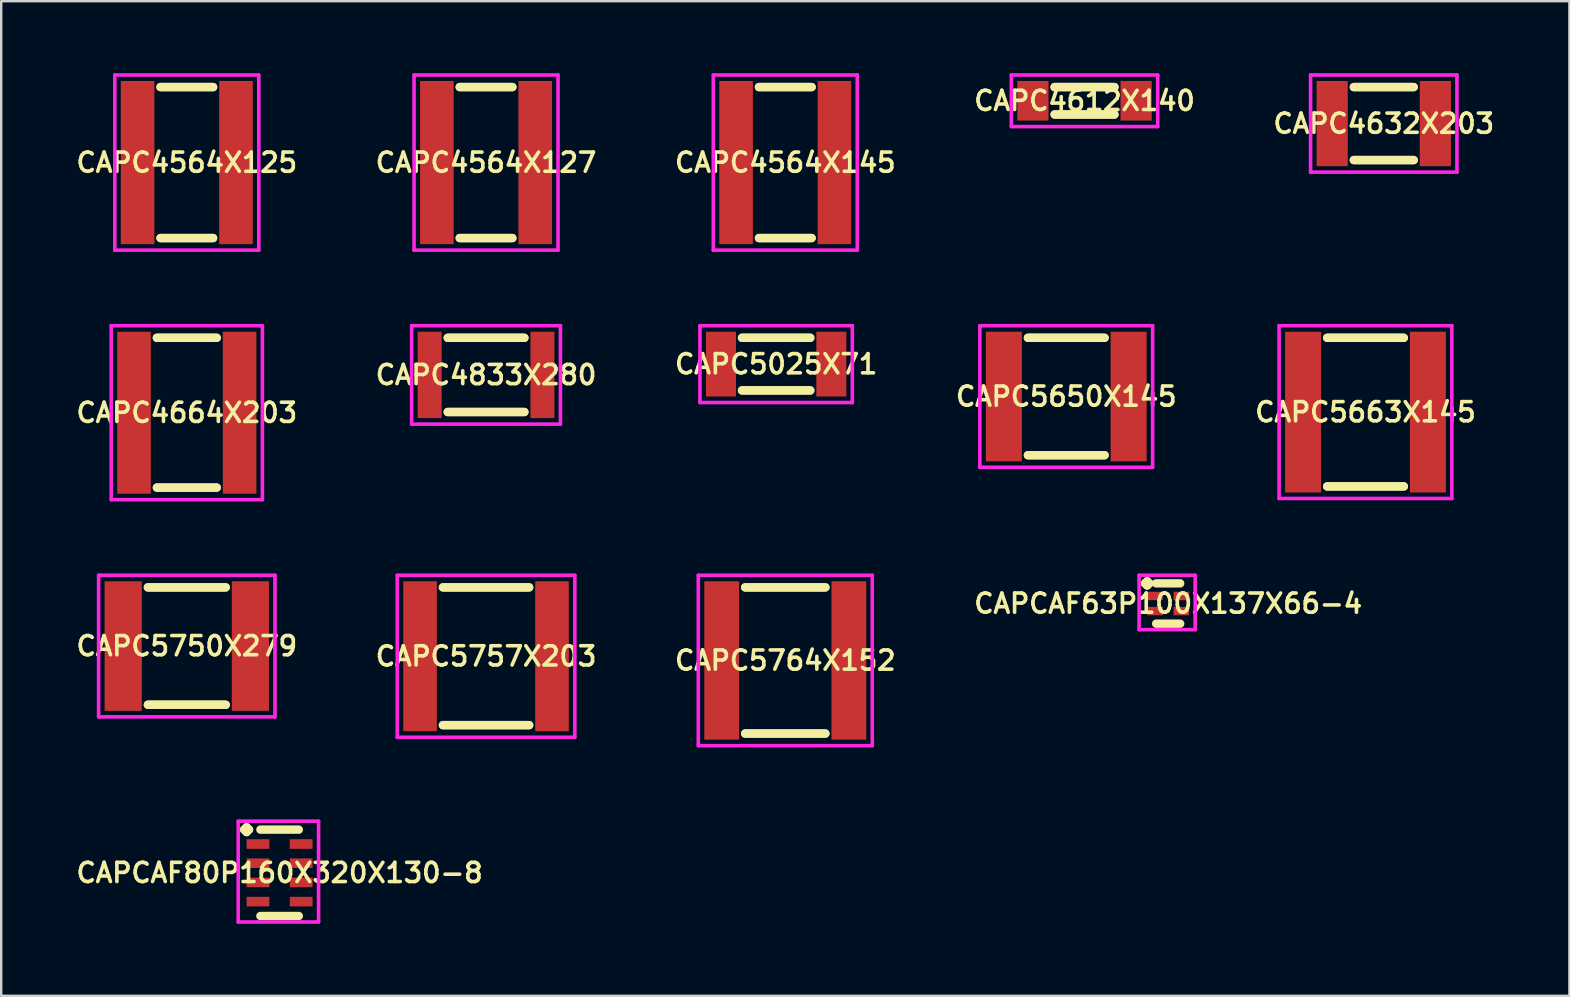
<source format=kicad_pcb>
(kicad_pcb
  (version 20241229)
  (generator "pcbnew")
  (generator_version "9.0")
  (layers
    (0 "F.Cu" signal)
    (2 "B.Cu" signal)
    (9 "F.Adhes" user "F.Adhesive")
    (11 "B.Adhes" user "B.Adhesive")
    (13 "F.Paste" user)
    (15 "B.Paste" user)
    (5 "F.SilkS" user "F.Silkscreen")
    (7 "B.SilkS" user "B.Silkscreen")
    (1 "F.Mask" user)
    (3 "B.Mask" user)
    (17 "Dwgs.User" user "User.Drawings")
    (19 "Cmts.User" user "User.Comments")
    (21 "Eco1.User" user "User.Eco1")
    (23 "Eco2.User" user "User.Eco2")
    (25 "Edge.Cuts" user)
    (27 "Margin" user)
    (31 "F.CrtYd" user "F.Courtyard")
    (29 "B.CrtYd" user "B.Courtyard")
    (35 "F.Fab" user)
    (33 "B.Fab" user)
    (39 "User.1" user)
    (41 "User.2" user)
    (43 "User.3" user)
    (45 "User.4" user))
  (footprint "CAPC4833X280"
    (layer "F.Cu")
    (at 17.206 12.575)
    (property "Reference" "CAPC4833X280" (at 0 0 0) (layer "F.SilkS") (effects (font (size 0.8 0.8) (thickness 0.15))))
    (attr smd)
    (fp_line (start -1.596 -1.546) (end 1.596 -1.546) (stroke (width 0.35) (type solid)) (layer "F.SilkS"))
    (fp_line (start -1.596 1.546) (end 1.596 1.546) (stroke (width 0.35) (type solid)) (layer "F.SilkS"))
    (fp_line (start 1.596 -1.546) (end -1.596 -1.546) (stroke (width 0.35) (type solid)) (layer "F.SilkS"))
    (fp_line (start 1.596 1.546) (end -1.596 1.546) (stroke (width 0.35) (type solid)) (layer "F.SilkS"))
    (fp_line (start -3.1 -2.05) (end 3.1 -2.05) (stroke (width 0.15) (type solid)) (layer "F.CrtYd"))
    (fp_line (start -3.1 2.05) (end -3.1 -2.05) (stroke (width 0.15) (type solid)) (layer "F.CrtYd"))
    (fp_line (start 3.1 -2.05) (end 3.1 2.05) (stroke (width 0.15) (type solid)) (layer "F.CrtYd"))
    (fp_line (start 3.1 2.05) (end -3.1 2.05) (stroke (width 0.15) (type solid)) (layer "F.CrtYd"))
    (pad "1" smd rect (at -2.35 0) (size 1 3.6) (layers "F.Cu" "F.Mask" "F.Paste"))
    (pad "2" smd rect (at 2.35 0) (size 1 3.6) (layers "F.Cu" "F.Mask" "F.Paste")))
  (footprint "CAPC5764X152"
    (layer "F.Cu")
    (at 29.677 24.475)
    (property "Reference" "CAPC5764X152" (at 0 0 0) (layer "F.SilkS") (effects (font (size 0.8 0.8) (thickness 0.15))))
    (attr smd)
    (fp_line (start -1.671 -3.046) (end 1.671 -3.046) (stroke (width 0.35) (type solid)) (layer "F.SilkS"))
    (fp_line (start -1.671 3.046) (end 1.671 3.046) (stroke (width 0.35) (type solid)) (layer "F.SilkS"))
    (fp_line (start 1.671 -3.046) (end -1.671 -3.046) (stroke (width 0.35) (type solid)) (layer "F.SilkS"))
    (fp_line (start 1.671 3.046) (end -1.671 3.046) (stroke (width 0.35) (type solid)) (layer "F.SilkS"))
    (fp_line (start -3.625 -3.55) (end 3.625 -3.55) (stroke (width 0.15) (type solid)) (layer "F.CrtYd"))
    (fp_line (start -3.625 3.55) (end -3.625 -3.55) (stroke (width 0.15) (type solid)) (layer "F.CrtYd"))
    (fp_line (start 3.625 -3.55) (end 3.625 3.55) (stroke (width 0.15) (type solid)) (layer "F.CrtYd"))
    (fp_line (start 3.625 3.55) (end -3.625 3.55) (stroke (width 0.15) (type solid)) (layer "F.CrtYd"))
    (pad "1" smd rect (at -2.65 0) (size 1.45 6.6) (layers "F.Cu" "F.Mask" "F.Paste"))
    (pad "2" smd rect (at 2.65 0) (size 1.45 6.6) (layers "F.Cu" "F.Mask" "F.Paste")))
  (footprint "CAPC4564X125"
    (layer "F.Cu")
    (at 4.735 3.725)
    (property "Reference" "CAPC4564X125" (at 0 0 0) (layer "F.SilkS") (effects (font (size 0.8 0.8) (thickness 0.15))))
    (attr through_hole)
    (fp_line (start -1.096 -3.146) (end 1.096 -3.146) (stroke (width 0.35) (type solid)) (layer "F.SilkS"))
    (fp_line (start -1.096 3.146) (end 1.096 3.146) (stroke (width 0.35) (type solid)) (layer "F.SilkS"))
    (fp_line (start 1.096 -3.146) (end -1.096 -3.146) (stroke (width 0.35) (type solid)) (layer "F.SilkS"))
    (fp_line (start 1.096 3.146) (end -1.096 3.146) (stroke (width 0.35) (type solid)) (layer "F.SilkS"))
    (fp_line (start -3 -3.65) (end 3 -3.65) (stroke (width 0.15) (type solid)) (layer "F.CrtYd"))
    (fp_line (start -3 3.65) (end -3 -3.65) (stroke (width 0.15) (type solid)) (layer "F.CrtYd"))
    (fp_line (start 3 -3.65) (end 3 3.65) (stroke (width 0.15) (type solid)) (layer "F.CrtYd"))
    (fp_line (start 3 3.65) (end -3 3.65) (stroke (width 0.15) (type solid)) (layer "F.CrtYd"))
    (pad "1" smd rect (at -2.05 0) (size 1.4 6.8) (layers "F.Cu" "F.Mask" "F.Paste"))
    (pad "2" smd rect (at 2.05 0) (size 1.4 6.8) (layers "F.Cu" "F.Mask" "F.Paste")))
  (footprint "CAPC5663X145"
    (layer "F.Cu")
    (at 53.857 14.125)
    (property "Reference" "CAPC5663X145" (at 0 0 0) (layer "F.SilkS") (effects (font (size 0.8 0.8) (thickness 0.15))))
    (attr smd)
    (fp_line (start -1.596 -3.096) (end 1.596 -3.096) (stroke (width 0.35) (type solid)) (layer "F.SilkS"))
    (fp_line (start -1.596 3.096) (end 1.596 3.096) (stroke (width 0.35) (type solid)) (layer "F.SilkS"))
    (fp_line (start 1.596 -3.096) (end -1.596 -3.096) (stroke (width 0.35) (type solid)) (layer "F.SilkS"))
    (fp_line (start 1.596 3.096) (end -1.596 3.096) (stroke (width 0.35) (type solid)) (layer "F.SilkS"))
    (fp_line (start -3.6 -3.6) (end 3.6 -3.6) (stroke (width 0.15) (type solid)) (layer "F.CrtYd"))
    (fp_line (start -3.6 3.6) (end -3.6 -3.6) (stroke (width 0.15) (type solid)) (layer "F.CrtYd"))
    (fp_line (start 3.6 -3.6) (end 3.6 3.6) (stroke (width 0.15) (type solid)) (layer "F.CrtYd"))
    (fp_line (start 3.6 3.6) (end -3.6 3.6) (stroke (width 0.15) (type solid)) (layer "F.CrtYd"))
    (pad "1" smd rect (at -2.6 0) (size 1.5 6.7) (layers "F.Cu" "F.Mask" "F.Paste"))
    (pad "2" smd rect (at 2.6 0) (size 1.5 6.7) (layers "F.Cu" "F.Mask" "F.Paste")))
  (footprint "CAPC5757X203"
    (layer "F.Cu")
    (at 17.206 24.3)
    (property "Reference" "CAPC5757X203" (at 0 0 0) (layer "F.SilkS") (effects (font (size 0.8 0.8) (thickness 0.15))))
    (attr through_hole)
    (fp_line (start -1.796 -2.871) (end 1.796 -2.871) (stroke (width 0.35) (type solid)) (layer "F.SilkS"))
    (fp_line (start -1.796 2.871) (end 1.796 2.871) (stroke (width 0.35) (type solid)) (layer "F.SilkS"))
    (fp_line (start 1.796 -2.871) (end -1.796 -2.871) (stroke (width 0.35) (type solid)) (layer "F.SilkS"))
    (fp_line (start 1.796 2.871) (end -1.796 2.871) (stroke (width 0.35) (type solid)) (layer "F.SilkS"))
    (fp_line (start -3.7 -3.375) (end 3.7 -3.375) (stroke (width 0.15) (type solid)) (layer "F.CrtYd"))
    (fp_line (start -3.7 3.375) (end -3.7 -3.375) (stroke (width 0.15) (type solid)) (layer "F.CrtYd"))
    (fp_line (start 3.7 -3.375) (end 3.7 3.375) (stroke (width 0.15) (type solid)) (layer "F.CrtYd"))
    (fp_line (start 3.7 3.375) (end -3.7 3.375) (stroke (width 0.15) (type solid)) (layer "F.CrtYd"))
    (pad "1" smd rect (at -2.75 0) (size 1.4 6.25) (layers "F.Cu" "F.Mask" "F.Paste"))
    (pad "2" smd rect (at 2.75 0) (size 1.4 6.25) (layers "F.Cu" "F.Mask" "F.Paste")))
  (footprint "CAPC4632X203"
    (layer "F.Cu")
    (at 54.619 2.1)
    (property "Reference" "CAPC4632X203" (at 0 0 0) (layer "F.SilkS") (effects (font (size 0.8 0.8) (thickness 0.15))))
    (attr through_hole)
    (fp_line (start -1.246 -1.521) (end 1.246 -1.521) (stroke (width 0.35) (type solid)) (layer "F.SilkS"))
    (fp_line (start -1.246 1.521) (end 1.246 1.521) (stroke (width 0.35) (type solid)) (layer "F.SilkS"))
    (fp_line (start 1.246 -1.521) (end -1.246 -1.521) (stroke (width 0.35) (type solid)) (layer "F.SilkS"))
    (fp_line (start 1.246 1.521) (end -1.246 1.521) (stroke (width 0.35) (type solid)) (layer "F.SilkS"))
    (fp_line (start -3.05 -2.025) (end 3.05 -2.025) (stroke (width 0.15) (type solid)) (layer "F.CrtYd"))
    (fp_line (start -3.05 2.025) (end -3.05 -2.025) (stroke (width 0.15) (type solid)) (layer "F.CrtYd"))
    (fp_line (start 3.05 -2.025) (end 3.05 2.025) (stroke (width 0.15) (type solid)) (layer "F.CrtYd"))
    (fp_line (start 3.05 2.025) (end -3.05 2.025) (stroke (width 0.15) (type solid)) (layer "F.CrtYd"))
    (pad "1" smd rect (at -2.15 0) (size 1.3 3.55) (layers "F.Cu" "F.Mask" "F.Paste"))
    (pad "2" smd rect (at 2.15 0) (size 1.3 3.55) (layers "F.Cu" "F.Mask" "F.Paste")))
  (footprint "CAPC4664X203"
    (layer "F.Cu")
    (at 4.735 14.15)
    (property "Reference" "CAPC4664X203" (at 0 0 0) (layer "F.SilkS") (effects (font (size 0.8 0.8) (thickness 0.15))))
    (attr smd)
    (fp_line (start -1.246 -3.121) (end 1.246 -3.121) (stroke (width 0.35) (type solid)) (layer "F.SilkS"))
    (fp_line (start -1.246 3.121) (end 1.246 3.121) (stroke (width 0.35) (type solid)) (layer "F.SilkS"))
    (fp_line (start 1.246 -3.121) (end -1.246 -3.121) (stroke (width 0.35) (type solid)) (layer "F.SilkS"))
    (fp_line (start 1.246 3.121) (end -1.246 3.121) (stroke (width 0.35) (type solid)) (layer "F.SilkS"))
    (fp_line (start -3.15 -3.625) (end 3.15 -3.625) (stroke (width 0.15) (type solid)) (layer "F.CrtYd"))
    (fp_line (start -3.15 3.625) (end -3.15 -3.625) (stroke (width 0.15) (type solid)) (layer "F.CrtYd"))
    (fp_line (start 3.15 -3.625) (end 3.15 3.625) (stroke (width 0.15) (type solid)) (layer "F.CrtYd"))
    (fp_line (start 3.15 3.625) (end -3.15 3.625) (stroke (width 0.15) (type solid)) (layer "F.CrtYd"))
    (pad "1" smd rect (at -2.2 0) (size 1.4 6.75) (layers "F.Cu" "F.Mask" "F.Paste"))
    (pad "2" smd rect (at 2.2 0) (size 1.4 6.75) (layers "F.Cu" "F.Mask" "F.Paste")))
  (footprint "CAPC5650X145"
    (layer "F.Cu")
    (at 41.386 13.475)
    (property "Reference" "CAPC5650X145" (at 0 0 0) (layer "F.SilkS") (effects (font (size 0.8 0.8) (thickness 0.15))))
    (attr smd)
    (fp_line (start -1.596 -2.446) (end 1.596 -2.446) (stroke (width 0.35) (type solid)) (layer "F.SilkS"))
    (fp_line (start -1.596 2.446) (end 1.596 2.446) (stroke (width 0.35) (type solid)) (layer "F.SilkS"))
    (fp_line (start 1.596 -2.446) (end -1.596 -2.446) (stroke (width 0.35) (type solid)) (layer "F.SilkS"))
    (fp_line (start 1.596 2.446) (end -1.596 2.446) (stroke (width 0.35) (type solid)) (layer "F.SilkS"))
    (fp_line (start -3.6 -2.95) (end 3.6 -2.95) (stroke (width 0.15) (type solid)) (layer "F.CrtYd"))
    (fp_line (start -3.6 2.95) (end -3.6 -2.95) (stroke (width 0.15) (type solid)) (layer "F.CrtYd"))
    (fp_line (start 3.6 -2.95) (end 3.6 2.95) (stroke (width 0.15) (type solid)) (layer "F.CrtYd"))
    (fp_line (start 3.6 2.95) (end -3.6 2.95) (stroke (width 0.15) (type solid)) (layer "F.CrtYd"))
    (pad "1" smd rect (at -2.6 0) (size 1.5 5.4) (layers "F.Cu" "F.Mask" "F.Paste"))
    (pad "2" smd rect (at 2.6 0) (size 1.5 5.4) (layers "F.Cu" "F.Mask" "F.Paste")))
  (footprint "CAPCAF63P100X137X66-4"
    (layer "F.Cu")
    (at 45.634 22.102)
    (property "Reference" "CAPCAF63P100X137X66-4" (at 0 0 0) (layer "F.SilkS") (effects (font (size 0.8 0.8) (thickness 0.15))))
    (attr smd)
    (fp_line (start -0.963 -0.84) (end -0.875 -0.927) (stroke (width 0.35) (type solid)) (layer "F.SilkS"))
    (fp_line (start -0.875 -0.927) (end -0.787 -0.84) (stroke (width 0.35) (type solid)) (layer "F.SilkS"))
    (fp_line (start -0.875 -0.752) (end -0.963 -0.84) (stroke (width 0.35) (type solid)) (layer "F.SilkS"))
    (fp_line (start -0.787 -0.84) (end -0.875 -0.752) (stroke (width 0.35) (type solid)) (layer "F.SilkS"))
    (fp_line (start -0.5 -0.84) (end 0.5 -0.84) (stroke (width 0.35) (type solid)) (layer "F.SilkS"))
    (fp_line (start -0.5 0.84) (end 0.5 0.84) (stroke (width 0.35) (type solid)) (layer "F.SilkS"))
    (fp_line (start -1.212 -1.177) (end 1.125 -1.177) (stroke (width 0.15) (type solid)) (layer "F.CrtYd"))
    (fp_line (start -1.212 1.09) (end -1.212 -1.177) (stroke (width 0.15) (type solid)) (layer "F.CrtYd"))
    (fp_line (start 1.125 -1.177) (end 1.125 1.09) (stroke (width 0.15) (type solid)) (layer "F.CrtYd"))
    (fp_line (start 1.125 1.09) (end -1.212 1.09) (stroke (width 0.15) (type solid)) (layer "F.CrtYd"))
    (pad "1" smd rect (at -0.55 -0.315) (size 0.65 0.35) (layers "F.Cu" "F.Mask" "F.Paste"))
    (pad "2" smd rect (at -0.55 0.315) (size 0.65 0.35) (layers "F.Cu" "F.Mask" "F.Paste"))
    (pad "3" smd rect (at 0.55 0.315) (size 0.65 0.35) (layers "F.Cu" "F.Mask" "F.Paste"))
    (pad "4" smd rect (at 0.55 -0.315) (size 0.65 0.35) (layers "F.Cu" "F.Mask" "F.Paste")))
  (footprint "CAPCAF80P160X320X130-8"
    (layer "F.Cu")
    (at 8.602 33.325)
    (property "Reference" "CAPCAF80P160X320X130-8" (at 0 0 0) (layer "F.SilkS") (effects (font (size 0.8 0.8) (thickness 0.15))))
    (attr smd)
    (fp_line (start -1.475 -1.8) (end -1.375 -1.9) (stroke (width 0.35) (type solid)) (layer "F.SilkS"))
    (fp_line (start -1.375 -1.9) (end -1.275 -1.8) (stroke (width 0.35) (type solid)) (layer "F.SilkS"))
    (fp_line (start -1.375 -1.7) (end -1.475 -1.8) (stroke (width 0.35) (type solid)) (layer "F.SilkS"))
    (fp_line (start -1.275 -1.8) (end -1.375 -1.7) (stroke (width 0.35) (type solid)) (layer "F.SilkS"))
    (fp_line (start -0.8 -1.8) (end 0.8 -1.8) (stroke (width 0.35) (type solid)) (layer "F.SilkS"))
    (fp_line (start -0.8 1.8) (end 0.8 1.8) (stroke (width 0.35) (type solid)) (layer "F.SilkS"))
    (fp_line (start -1.725 -2.15) (end 1.625 -2.15) (stroke (width 0.15) (type solid)) (layer "F.CrtYd"))
    (fp_line (start -1.725 2.05) (end -1.725 -2.15) (stroke (width 0.15) (type solid)) (layer "F.CrtYd"))
    (fp_line (start 1.625 -2.15) (end 1.625 2.05) (stroke (width 0.15) (type solid)) (layer "F.CrtYd"))
    (fp_line (start 1.625 2.05) (end -1.725 2.05) (stroke (width 0.15) (type solid)) (layer "F.CrtYd"))
    (pad "1" smd rect (at -0.9 -1.2) (size 0.95 0.4) (layers "F.Cu" "F.Mask" "F.Paste"))
    (pad "2" smd rect (at -0.9 -0.4) (size 0.95 0.4) (layers "F.Cu" "F.Mask" "F.Paste"))
    (pad "3" smd rect (at -0.9 0.4) (size 0.95 0.4) (layers "F.Cu" "F.Mask" "F.Paste"))
    (pad "4" smd rect (at -0.9 1.2) (size 0.95 0.4) (layers "F.Cu" "F.Mask" "F.Paste"))
    (pad "5" smd rect (at 0.9 1.2) (size 0.95 0.4) (layers "F.Cu" "F.Mask" "F.Paste"))
    (pad "6" smd rect (at 0.9 0.4) (size 0.95 0.4) (layers "F.Cu" "F.Mask" "F.Paste"))
    (pad "7" smd rect (at 0.9 -0.4) (size 0.95 0.4) (layers "F.Cu" "F.Mask" "F.Paste"))
    (pad "8" smd rect (at 0.9 -1.2) (size 0.95 0.4) (layers "F.Cu" "F.Mask" "F.Paste")))
  (footprint "CAPC4564X127"
    (layer "F.Cu")
    (at 17.206 3.725)
    (property "Reference" "CAPC4564X127" (at 0 0 0) (layer "F.SilkS") (effects (font (size 0.8 0.8) (thickness 0.15))))
    (attr through_hole)
    (fp_line (start -1.096 -3.146) (end 1.096 -3.146) (stroke (width 0.35) (type solid)) (layer "F.SilkS"))
    (fp_line (start -1.096 3.146) (end 1.096 3.146) (stroke (width 0.35) (type solid)) (layer "F.SilkS"))
    (fp_line (start 1.096 -3.146) (end -1.096 -3.146) (stroke (width 0.35) (type solid)) (layer "F.SilkS"))
    (fp_line (start 1.096 3.146) (end -1.096 3.146) (stroke (width 0.35) (type solid)) (layer "F.SilkS"))
    (fp_line (start -3 -3.65) (end 3 -3.65) (stroke (width 0.15) (type solid)) (layer "F.CrtYd"))
    (fp_line (start -3 3.65) (end -3 -3.65) (stroke (width 0.15) (type solid)) (layer "F.CrtYd"))
    (fp_line (start 3 -3.65) (end 3 3.65) (stroke (width 0.15) (type solid)) (layer "F.CrtYd"))
    (fp_line (start 3 3.65) (end -3 3.65) (stroke (width 0.15) (type solid)) (layer "F.CrtYd"))
    (pad "1" smd rect (at -2.05 0) (size 1.4 6.8) (layers "F.Cu" "F.Mask" "F.Paste"))
    (pad "2" smd rect (at 2.05 0) (size 1.4 6.8) (layers "F.Cu" "F.Mask" "F.Paste")))
  (footprint "CAPC5025X71"
    (layer "F.Cu")
    (at 29.296 12.125)
    (property "Reference" "CAPC5025X71" (at 0 0 0) (layer "F.SilkS") (effects (font (size 0.8 0.8) (thickness 0.15))))
    (attr through_hole)
    (fp_line (start -1.421 -1.096) (end 1.421 -1.096) (stroke (width 0.35) (type solid)) (layer "F.SilkS"))
    (fp_line (start -1.421 1.096) (end 1.421 1.096) (stroke (width 0.35) (type solid)) (layer "F.SilkS"))
    (fp_line (start 1.421 -1.096) (end -1.421 -1.096) (stroke (width 0.35) (type solid)) (layer "F.SilkS"))
    (fp_line (start 1.421 1.096) (end -1.421 1.096) (stroke (width 0.35) (type solid)) (layer "F.SilkS"))
    (fp_line (start -3.175 -1.6) (end 3.175 -1.6) (stroke (width 0.15) (type solid)) (layer "F.CrtYd"))
    (fp_line (start -3.175 1.6) (end -3.175 -1.6) (stroke (width 0.15) (type solid)) (layer "F.CrtYd"))
    (fp_line (start 3.175 -1.6) (end 3.175 1.6) (stroke (width 0.15) (type solid)) (layer "F.CrtYd"))
    (fp_line (start 3.175 1.6) (end -3.175 1.6) (stroke (width 0.15) (type solid)) (layer "F.CrtYd"))
    (pad "1" smd rect (at -2.3 0) (size 1.25 2.7) (layers "F.Cu" "F.Mask" "F.Paste"))
    (pad "2" smd rect (at 2.3 0) (size 1.25 2.7) (layers "F.Cu" "F.Mask" "F.Paste")))
  (footprint "CAPC4612X140"
    (layer "F.Cu")
    (at 42.148 1.15)
    (property "Reference" "CAPC4612X140" (at 0 0 0) (layer "F.SilkS") (effects (font (size 0.8 0.8) (thickness 0.15))))
    (attr smd)
    (fp_line (start -1.246 -0.571) (end 1.246 -0.571) (stroke (width 0.35) (type solid)) (layer "F.SilkS"))
    (fp_line (start -1.246 0.571) (end 1.246 0.571) (stroke (width 0.35) (type solid)) (layer "F.SilkS"))
    (fp_line (start 1.246 -0.571) (end -1.246 -0.571) (stroke (width 0.35) (type solid)) (layer "F.SilkS"))
    (fp_line (start 1.246 0.571) (end -1.246 0.571) (stroke (width 0.35) (type solid)) (layer "F.SilkS"))
    (fp_line (start -3.05 -1.075) (end 3.05 -1.075) (stroke (width 0.15) (type solid)) (layer "F.CrtYd"))
    (fp_line (start -3.05 1.075) (end -3.05 -1.075) (stroke (width 0.15) (type solid)) (layer "F.CrtYd"))
    (fp_line (start 3.05 -1.075) (end 3.05 1.075) (stroke (width 0.15) (type solid)) (layer "F.CrtYd"))
    (fp_line (start 3.05 1.075) (end -3.05 1.075) (stroke (width 0.15) (type solid)) (layer "F.CrtYd"))
    (pad "1" smd rect (at -2.15 0) (size 1.3 1.65) (layers "F.Cu" "F.Mask" "F.Paste"))
    (pad "2" smd rect (at 2.15 0) (size 1.3 1.65) (layers "F.Cu" "F.Mask" "F.Paste")))
  (footprint "CAPC4564X145"
    (layer "F.Cu")
    (at 29.677 3.725)
    (property "Reference" "CAPC4564X145" (at 0 0 0) (layer "F.SilkS") (effects (font (size 0.8 0.8) (thickness 0.15))))
    (attr smd)
    (fp_line (start -1.096 -3.146) (end 1.096 -3.146) (stroke (width 0.35) (type solid)) (layer "F.SilkS"))
    (fp_line (start -1.096 3.146) (end 1.096 3.146) (stroke (width 0.35) (type solid)) (layer "F.SilkS"))
    (fp_line (start 1.096 -3.146) (end -1.096 -3.146) (stroke (width 0.35) (type solid)) (layer "F.SilkS"))
    (fp_line (start 1.096 3.146) (end -1.096 3.146) (stroke (width 0.35) (type solid)) (layer "F.SilkS"))
    (fp_line (start -3 -3.65) (end 3 -3.65) (stroke (width 0.15) (type solid)) (layer "F.CrtYd"))
    (fp_line (start -3 3.65) (end -3 -3.65) (stroke (width 0.15) (type solid)) (layer "F.CrtYd"))
    (fp_line (start 3 -3.65) (end 3 3.65) (stroke (width 0.15) (type solid)) (layer "F.CrtYd"))
    (fp_line (start 3 3.65) (end -3 3.65) (stroke (width 0.15) (type solid)) (layer "F.CrtYd"))
    (pad "1" smd rect (at -2.05 0) (size 1.4 6.8) (layers "F.Cu" "F.Mask" "F.Paste"))
    (pad "2" smd rect (at 2.05 0) (size 1.4 6.8) (layers "F.Cu" "F.Mask" "F.Paste")))
  (footprint "CAPC5750X279"
    (layer "F.Cu")
    (at 4.735 23.875)
    (property "Reference" "CAPC5750X279" (at 0 0 0) (layer "F.SilkS") (effects (font (size 0.8 0.8) (thickness 0.15))))
    (attr smd)
    (fp_line (start -1.621 -2.446) (end 1.621 -2.446) (stroke (width 0.35) (type solid)) (layer "F.SilkS"))
    (fp_line (start -1.621 2.446) (end 1.621 2.446) (stroke (width 0.35) (type solid)) (layer "F.SilkS"))
    (fp_line (start 1.621 -2.446) (end -1.621 -2.446) (stroke (width 0.35) (type solid)) (layer "F.SilkS"))
    (fp_line (start 1.621 2.446) (end -1.621 2.446) (stroke (width 0.35) (type solid)) (layer "F.SilkS"))
    (fp_line (start -3.675 -2.95) (end 3.675 -2.95) (stroke (width 0.15) (type solid)) (layer "F.CrtYd"))
    (fp_line (start -3.675 2.95) (end -3.675 -2.95) (stroke (width 0.15) (type solid)) (layer "F.CrtYd"))
    (fp_line (start 3.675 -2.95) (end 3.675 2.95) (stroke (width 0.15) (type solid)) (layer "F.CrtYd"))
    (fp_line (start 3.675 2.95) (end -3.675 2.95) (stroke (width 0.15) (type solid)) (layer "F.CrtYd"))
    (pad "1" smd rect (at -2.65 0) (size 1.55 5.4) (layers "F.Cu" "F.Mask" "F.Paste"))
    (pad "2" smd rect (at 2.65 0) (size 1.55 5.4) (layers "F.Cu" "F.Mask" "F.Paste")))
  (gr_rect
    (start -3 -3)
    (end 62.355 38.45)
    (stroke (width 0.1) (type default))
    (fill no)
    (layer "Edge.Cuts")))
</source>
